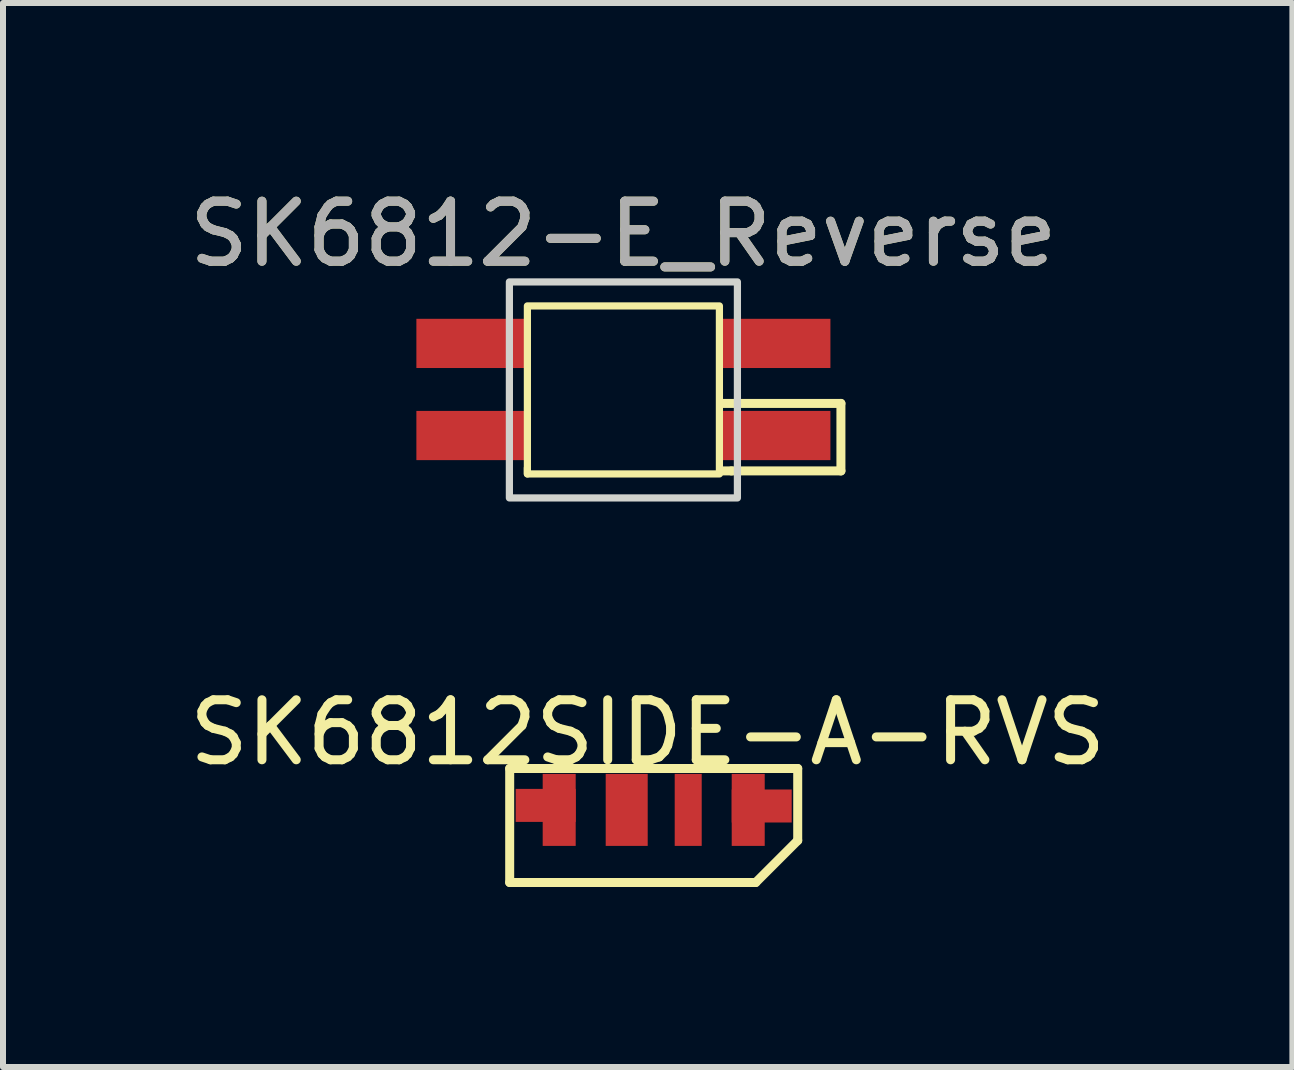
<source format=kicad_pcb>
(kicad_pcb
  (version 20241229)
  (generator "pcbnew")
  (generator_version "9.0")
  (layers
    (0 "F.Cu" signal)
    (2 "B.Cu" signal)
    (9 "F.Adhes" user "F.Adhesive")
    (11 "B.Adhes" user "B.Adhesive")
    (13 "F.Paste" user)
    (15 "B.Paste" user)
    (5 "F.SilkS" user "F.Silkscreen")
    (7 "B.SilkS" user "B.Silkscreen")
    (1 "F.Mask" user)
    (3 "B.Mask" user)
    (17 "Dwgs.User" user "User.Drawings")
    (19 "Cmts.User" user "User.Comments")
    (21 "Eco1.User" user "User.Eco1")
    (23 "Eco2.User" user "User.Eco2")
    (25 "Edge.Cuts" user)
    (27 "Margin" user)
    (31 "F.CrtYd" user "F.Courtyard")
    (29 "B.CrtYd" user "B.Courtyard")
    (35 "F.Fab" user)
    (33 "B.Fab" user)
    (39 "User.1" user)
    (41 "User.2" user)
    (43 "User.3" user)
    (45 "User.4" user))
  (footprint "SK6812SIDE-A-RVS"
    (layer "F.Cu")
    (at 7.744 10.457)
    (property "Reference" "SK6812SIDE-A-RVS" (at 0 -1.3 0) (unlocked yes) (layer "F.SilkS") (effects (font (size 1 1) (thickness 0.15))))
    (attr smd)
    (fp_line (start -2.3 -0.7) (end 2.5 -0.7) (stroke (width 0.15) (type default)) (layer "F.SilkS"))
    (fp_line (start -2.3 1.2) (end -2.3 -0.7) (stroke (width 0.15) (type default)) (layer "F.SilkS"))
    (fp_line (start 1.8 1.2) (end -2.3 1.2) (stroke (width 0.15) (type default)) (layer "F.SilkS"))
    (fp_line (start 2.5 -0.7) (end 2.5 0.5) (stroke (width 0.15) (type default)) (layer "F.SilkS"))
    (fp_line (start 2.5 0.5) (end 1.8 1.2) (stroke (width 0.15) (type default)) (layer "F.SilkS"))
    (pad "1" smd rect (at -1.7 -0.085) (size 1 0.55) (layers "F.Cu" "F.Mask" "F.Paste"))
    (pad "1" smd rect (at -1.475 -0.01) (size 0.55 1.2) (layers "F.Cu" "F.Mask" "F.Paste"))
    (pad "2" smd rect (at -0.35 -0.01) (size 0.7 1.2) (layers "F.Cu" "F.Mask" "F.Paste"))
    (pad "3" smd rect (at 0.675 -0.01) (size 0.45 1.2) (layers "F.Cu" "F.Mask" "F.Paste"))
    (pad "4" smd rect (at 1.675 -0.01) (size 0.55 1.2) (layers "F.Cu" "F.Mask" "F.Paste"))
    (pad "4" smd rect (at 1.9 -0.075) (size 1 0.55) (layers "F.Cu" "F.Mask" "F.Paste")))
  (footprint "SK6812-E_Reverse"
    (layer "F.Cu")
    (at 7.339 3.448)
    (property "Reference" "SK6812-E_Reverse" (at 0 -2.6 0) (unlocked yes) (layer "F.SilkS") (effects (font (size 1 1) (thickness 0.15))))
    (fp_line (start -1.6 1.3) (end -1.6 1.4) (stroke (width 0.12) (type solid)) (layer "F.SilkS"))
    (fp_line (start 1.65 0.225) (end 3.625 0.225) (stroke (width 0.15) (type default)) (layer "F.SilkS"))
    (fp_line (start 1.8 1.35) (end 1.625 1.35) (stroke (width 0.15) (type default)) (layer "F.SilkS"))
    (fp_line (start 3.625 0.225) (end 3.625 1.35) (stroke (width 0.15) (type default)) (layer "F.SilkS"))
    (fp_line (start 3.625 1.35) (end 1.8 1.35) (stroke (width 0.15) (type default)) (layer "F.SilkS"))
    (fp_rect (start -1.6 1.4) (end 1.6 -1.4) (stroke (width 0.12) (type solid)) (fill no) (layer "F.SilkS"))
    (fp_rect (start -1.9 1.8) (end 1.9 -1.8) (stroke (width 0.12) (type solid)) (fill no) (layer "Edge.Cuts"))
    (fp_text user "${REFERENCE}" (at 0 -2.6 0) (unlocked yes) (layer "F.Fab") (effects (font (size 1 1) (thickness 0.15))))
    (pad "1" smd rect (at -2.55 -0.775) (size 1.8 0.82) (layers "F.Cu" "F.Mask" "F.Paste"))
    (pad "2" smd rect (at -2.55 0.76) (size 1.8 0.82) (layers "F.Cu" "F.Mask" "F.Paste"))
    (pad "3" smd rect (at 2.55 0.76) (size 1.8 0.82) (layers "F.Cu" "F.Mask" "F.Paste"))
    (pad "4" smd rect (at 2.55 -0.775) (size 1.8 0.82) (layers "F.Cu" "F.Mask" "F.Paste")))
  (gr_rect
    (start -3 -3)
    (end 18.488 14.732)
    (stroke (width 0.1) (type default))
    (fill no)
    (layer "Edge.Cuts")))
</source>
